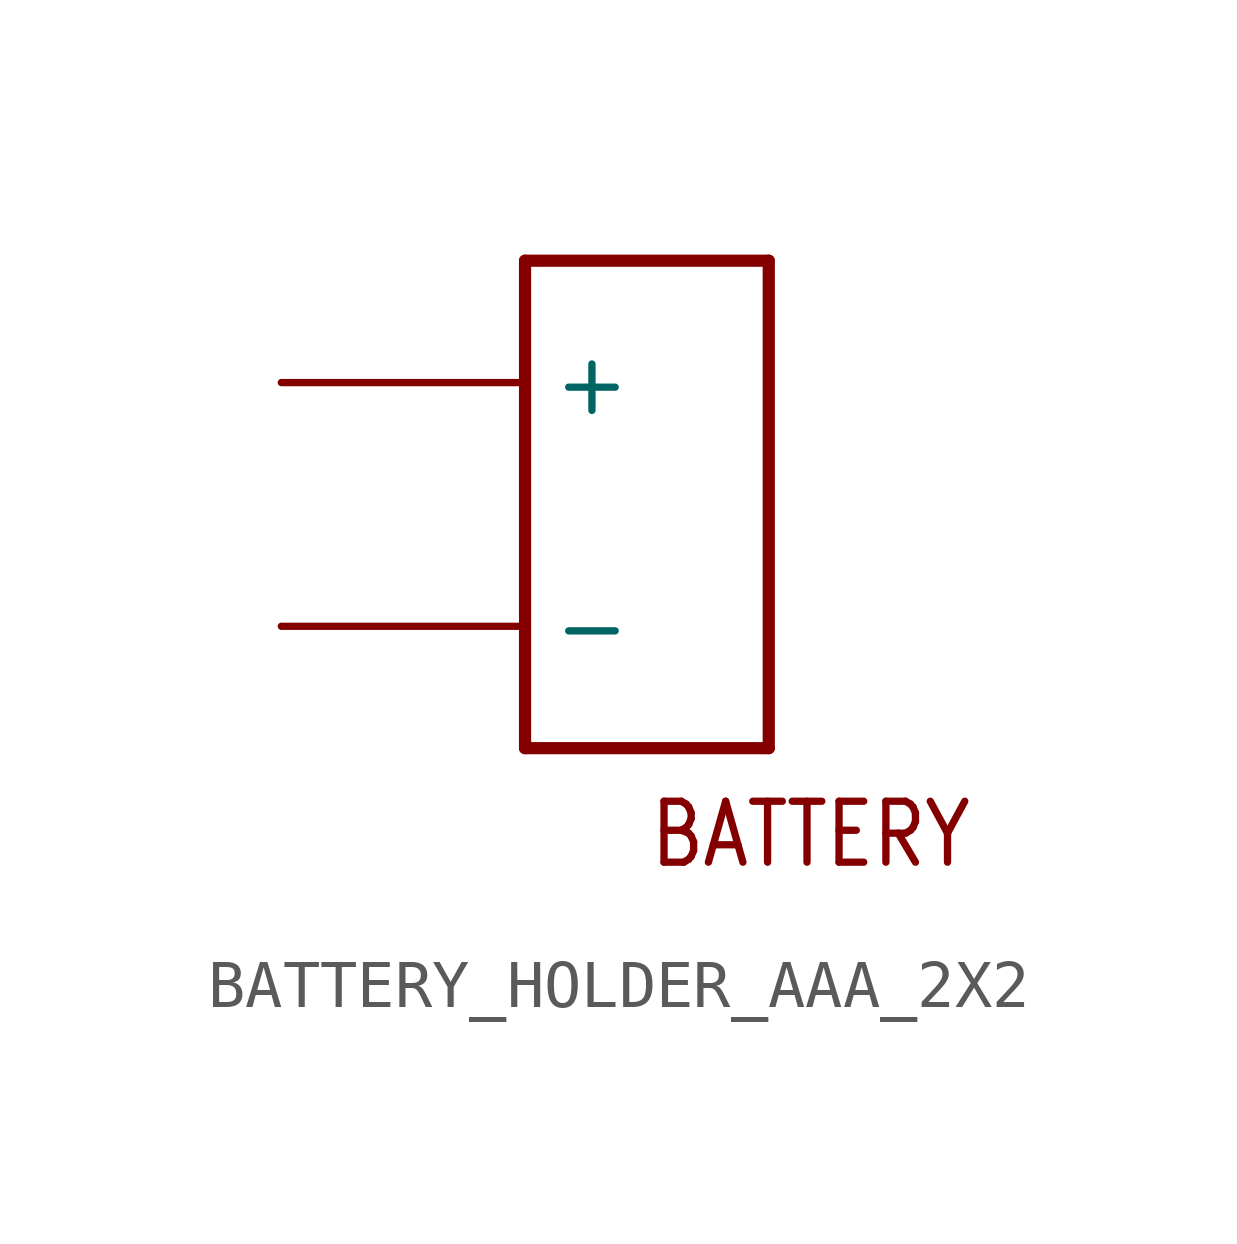
<source format=kicad_sym>
(kicad_symbol_lib
  (version 20211014)
  (generator kicad_symbol_editor)
  (symbol "BATTERY_HOLDER_AAA_2X2"
    (property "Reference" ""
      (at 0 0 0)
      (effects (font (size 1.27 1.27)) hide))
    (property "ki_locked" ""
      (at 0 0 0)
      (effects (font (size 1.27 1.27))))
    (symbol "BATTERY_HOLDER_AAA_2X2_1_0"
      (polyline (pts (xy -2.54 0) (xy 2.54 0)) (stroke (width 0.254) (type default) (color 0 0 0 0)) (fill (type none)))
      (polyline (pts (xy -2.54 10.16) (xy -2.54 0)) (stroke (width 0.254) (type default) (color 0 0 0 0)) (fill (type none)))
      (polyline (pts (xy 2.54 0) (xy 2.54 10.16)) (stroke (width 0.254) (type default) (color 0 0 0 0)) (fill (type none)))
      (polyline (pts (xy 2.54 10.16) (xy -2.54 10.16)) (stroke (width 0.254) (type default) (color 0 0 0 0)) (fill (type none)))
      (text "BATTERY" (at 0 -2.54 0) (effects (font (size 1.27 1.079)) (justify left bottom)))
      (pin bidirectional line (at -7.62 7.62 0) (length 5.08) (name "+" (effects (font (size 1.27 1.27)))) (number "+" (effects (font (size 0 0)))))
      (pin bidirectional line (at -7.62 2.54 0) (length 5.08) (name "-" (effects (font (size 1.27 1.27)))) (number "-" (effects (font (size 0 0))))))))
</source>
